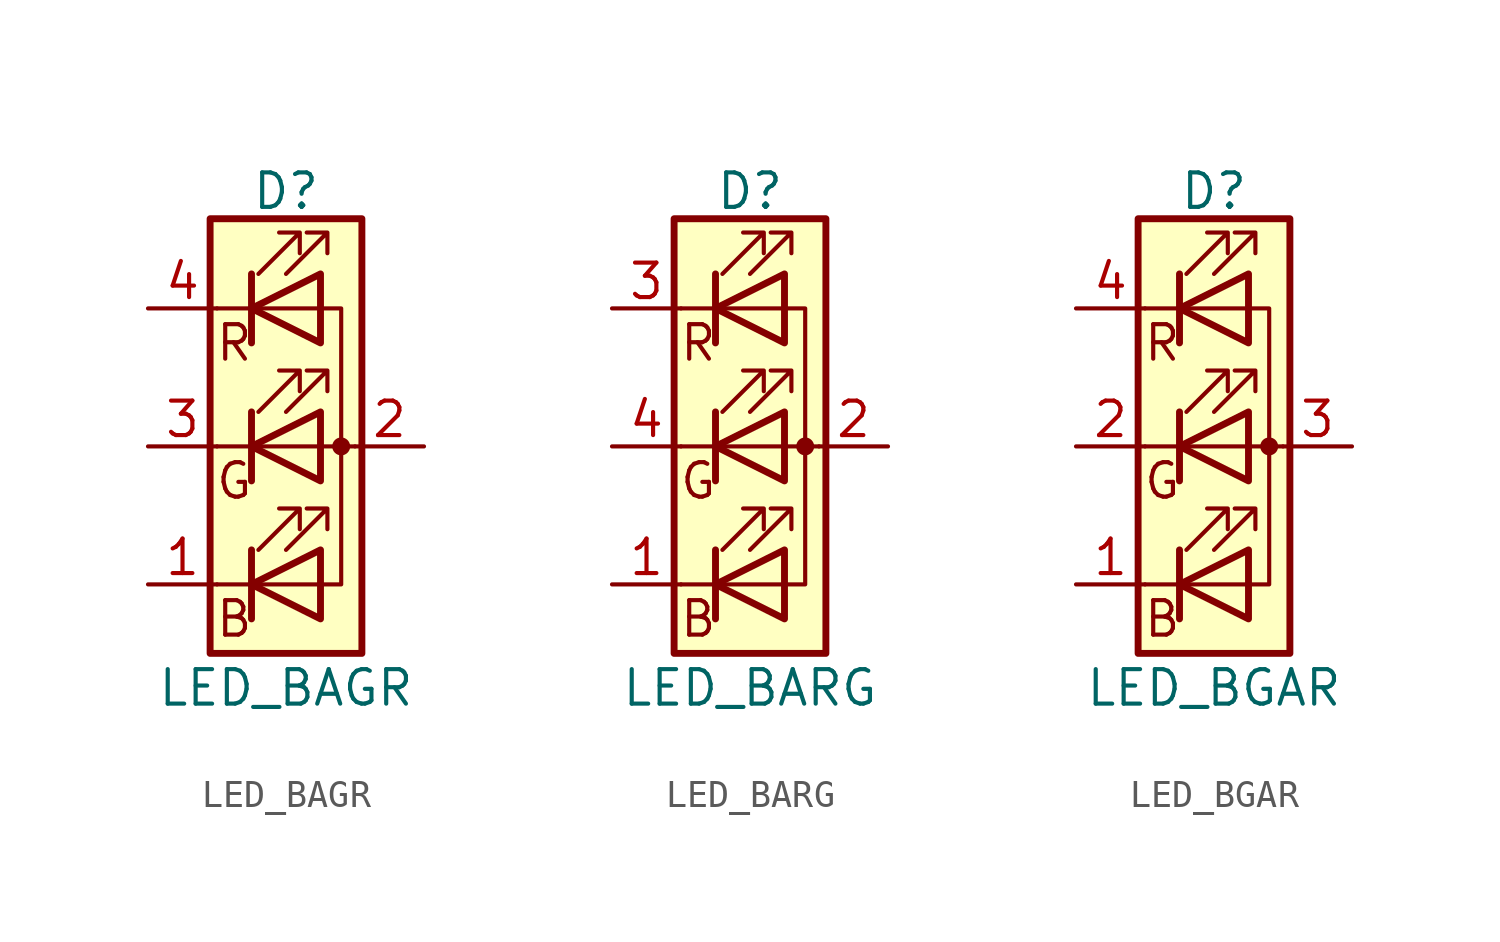
<source format=kicad_sym>
(kicad_symbol_lib
  (version 20241209)
  (generator "kicad_symbol_editor")
  (generator_version "9.0")
  (symbol "LED_BAGR"
    (pin_names
      (offset 0)
      (hide yes))
    (property "Reference" "D"
      (at 0 9.398 0)
      (effects (font (size 1.27 1.27))))
    (property "Value" "LED_BAGR"
      (at 0 -8.89 0)
      (effects (font (size 1.27 1.27))))
    (symbol "LED_BAGR_0_0"
      (text "R" (at -1.905 3.81 0) (effects (font (size 1.27 1.27))))
      (text "G" (at -1.905 -1.27 0) (effects (font (size 1.27 1.27))))
      (text "B" (at -1.905 -6.35 0) (effects (font (size 1.27 1.27)))))
    (symbol "LED_BAGR_0_1"
      (polyline (pts (xy -1.27 6.35) (xy -1.27 3.81)) (stroke (width 0.254) (type default)) (fill (type none)))
      (polyline (pts (xy -1.27 6.35) (xy -1.27 3.81) (xy -1.27 3.81)) (stroke (width 0) (type default)) (fill (type none)))
      (polyline (pts (xy -1.27 5.08) (xy -2.54 5.08)) (stroke (width 0) (type default)) (fill (type none)))
      (polyline (pts (xy -1.27 5.08) (xy 1.27 5.08)) (stroke (width 0) (type default)) (fill (type none)))
      (polyline (pts (xy -1.27 1.27) (xy -1.27 -1.27)) (stroke (width 0.254) (type default)) (fill (type none)))
      (polyline (pts (xy -1.27 1.27) (xy -1.27 -1.27) (xy -1.27 -1.27)) (stroke (width 0) (type default)) (fill (type none)))
      (polyline (pts (xy -1.27 0) (xy -2.54 0)) (stroke (width 0) (type default)) (fill (type none)))
      (polyline (pts (xy -1.27 -3.81) (xy -1.27 -6.35)) (stroke (width 0.254) (type default)) (fill (type none)))
      (polyline (pts (xy -1.27 -5.08) (xy -2.54 -5.08)) (stroke (width 0) (type default)) (fill (type none)))
      (polyline (pts (xy -1.27 -5.08) (xy 1.27 -5.08)) (stroke (width 0) (type default)) (fill (type none)))
      (polyline (pts (xy -1.016 6.35) (xy 0.508 7.874) (xy -0.254 7.874) (xy 0.508 7.874) (xy 0.508 7.112)) (stroke (width 0) (type default)) (fill (type none)))
      (polyline (pts (xy -1.016 1.27) (xy 0.508 2.794) (xy -0.254 2.794) (xy 0.508 2.794) (xy 0.508 2.032)) (stroke (width 0) (type default)) (fill (type none)))
      (polyline (pts (xy -1.016 -3.81) (xy 0.508 -2.286) (xy -0.254 -2.286) (xy 0.508 -2.286) (xy 0.508 -3.048)) (stroke (width 0) (type default)) (fill (type none)))
      (polyline (pts (xy 0 6.35) (xy 1.524 7.874) (xy 0.762 7.874) (xy 1.524 7.874) (xy 1.524 7.112)) (stroke (width 0) (type default)) (fill (type none)))
      (polyline (pts (xy 0 1.27) (xy 1.524 2.794) (xy 0.762 2.794) (xy 1.524 2.794) (xy 1.524 2.032)) (stroke (width 0) (type default)) (fill (type none)))
      (polyline (pts (xy 0 -3.81) (xy 1.524 -2.286) (xy 0.762 -2.286) (xy 1.524 -2.286) (xy 1.524 -3.048)) (stroke (width 0) (type default)) (fill (type none)))
      (polyline (pts (xy 1.27 6.35) (xy 1.27 3.81) (xy -1.27 5.08) (xy 1.27 6.35)) (stroke (width 0.254) (type default)) (fill (type none)))
      (rectangle (start 1.27 6.35) (end 1.27 6.35) (stroke (width 0) (type default)) (fill (type none)))
      (rectangle (start 1.27 3.81) (end 1.27 6.35) (stroke (width 0) (type default)) (fill (type none)))
      (polyline (pts (xy 1.27 1.27) (xy 1.27 -1.27) (xy -1.27 0) (xy 1.27 1.27)) (stroke (width 0.254) (type default)) (fill (type none)))
      (rectangle (start 1.27 1.27) (end 1.27 1.27) (stroke (width 0) (type default)) (fill (type none)))
      (polyline (pts (xy 1.27 0) (xy -1.27 0)) (stroke (width 0) (type default)) (fill (type none)))
      (polyline (pts (xy 1.27 0) (xy 2.54 0)) (stroke (width 0) (type default)) (fill (type none)))
      (rectangle (start 1.27 -1.27) (end 1.27 1.27) (stroke (width 0) (type default)) (fill (type none)))
      (polyline (pts (xy 1.27 -3.81) (xy 1.27 -6.35) (xy -1.27 -5.08) (xy 1.27 -3.81)) (stroke (width 0.254) (type default)) (fill (type none)))
      (polyline (pts (xy 1.27 -5.08) (xy 2.032 -5.08) (xy 2.032 5.08) (xy 1.27 5.08)) (stroke (width 0) (type default)) (fill (type none)))
      (circle (center 2.032 0) (radius 0.254) (stroke (width 0) (type default)) (fill (type outline)))
      (rectangle (start 2.794 8.382) (end -2.794 -7.62) (stroke (width 0.254) (type default)) (fill (type background))))
    (symbol "LED_BAGR_1_1"
      (pin passive line (at -5.08 5.08 0) (length 2.54) (name "RK" (effects (font (size 1.27 1.27)))) (number "4" (effects (font (size 1.27 1.27)))))
      (pin passive line (at -5.08 0 0) (length 2.54) (name "GK" (effects (font (size 1.27 1.27)))) (number "3" (effects (font (size 1.27 1.27)))))
      (pin passive line (at -5.08 -5.08 0) (length 2.54) (name "BK" (effects (font (size 1.27 1.27)))) (number "1" (effects (font (size 1.27 1.27)))))
      (pin passive line (at 5.08 0 180) (length 2.54) (name "A" (effects (font (size 1.27 1.27)))) (number "2" (effects (font (size 1.27 1.27)))))))
  (symbol "LED_BARG"
    (pin_names
      (offset 0)
      (hide yes))
    (property "Reference" "D"
      (at 0 9.398 0)
      (effects (font (size 1.27 1.27))))
    (property "Value" "LED_BARG"
      (at 0 -8.89 0)
      (effects (font (size 1.27 1.27))))
    (symbol "LED_BARG_0_0"
      (text "R" (at -1.905 3.81 0) (effects (font (size 1.27 1.27))))
      (text "G" (at -1.905 -1.27 0) (effects (font (size 1.27 1.27))))
      (text "B" (at -1.905 -6.35 0) (effects (font (size 1.27 1.27)))))
    (symbol "LED_BARG_0_1"
      (polyline (pts (xy -1.27 6.35) (xy -1.27 3.81)) (stroke (width 0.254) (type default)) (fill (type none)))
      (polyline (pts (xy -1.27 6.35) (xy -1.27 3.81) (xy -1.27 3.81)) (stroke (width 0) (type default)) (fill (type none)))
      (polyline (pts (xy -1.27 5.08) (xy -2.54 5.08)) (stroke (width 0) (type default)) (fill (type none)))
      (polyline (pts (xy -1.27 5.08) (xy 1.27 5.08)) (stroke (width 0) (type default)) (fill (type none)))
      (polyline (pts (xy -1.27 1.27) (xy -1.27 -1.27)) (stroke (width 0.254) (type default)) (fill (type none)))
      (polyline (pts (xy -1.27 1.27) (xy -1.27 -1.27) (xy -1.27 -1.27)) (stroke (width 0) (type default)) (fill (type none)))
      (polyline (pts (xy -1.27 0) (xy -2.54 0)) (stroke (width 0) (type default)) (fill (type none)))
      (polyline (pts (xy -1.27 -3.81) (xy -1.27 -6.35)) (stroke (width 0.254) (type default)) (fill (type none)))
      (polyline (pts (xy -1.27 -5.08) (xy -2.54 -5.08)) (stroke (width 0) (type default)) (fill (type none)))
      (polyline (pts (xy -1.27 -5.08) (xy 1.27 -5.08)) (stroke (width 0) (type default)) (fill (type none)))
      (polyline (pts (xy -1.016 6.35) (xy 0.508 7.874) (xy -0.254 7.874) (xy 0.508 7.874) (xy 0.508 7.112)) (stroke (width 0) (type default)) (fill (type none)))
      (polyline (pts (xy -1.016 1.27) (xy 0.508 2.794) (xy -0.254 2.794) (xy 0.508 2.794) (xy 0.508 2.032)) (stroke (width 0) (type default)) (fill (type none)))
      (polyline (pts (xy -1.016 -3.81) (xy 0.508 -2.286) (xy -0.254 -2.286) (xy 0.508 -2.286) (xy 0.508 -3.048)) (stroke (width 0) (type default)) (fill (type none)))
      (polyline (pts (xy 0 6.35) (xy 1.524 7.874) (xy 0.762 7.874) (xy 1.524 7.874) (xy 1.524 7.112)) (stroke (width 0) (type default)) (fill (type none)))
      (polyline (pts (xy 0 1.27) (xy 1.524 2.794) (xy 0.762 2.794) (xy 1.524 2.794) (xy 1.524 2.032)) (stroke (width 0) (type default)) (fill (type none)))
      (polyline (pts (xy 0 -3.81) (xy 1.524 -2.286) (xy 0.762 -2.286) (xy 1.524 -2.286) (xy 1.524 -3.048)) (stroke (width 0) (type default)) (fill (type none)))
      (polyline (pts (xy 1.27 6.35) (xy 1.27 3.81) (xy -1.27 5.08) (xy 1.27 6.35)) (stroke (width 0.254) (type default)) (fill (type none)))
      (rectangle (start 1.27 6.35) (end 1.27 6.35) (stroke (width 0) (type default)) (fill (type none)))
      (rectangle (start 1.27 3.81) (end 1.27 6.35) (stroke (width 0) (type default)) (fill (type none)))
      (polyline (pts (xy 1.27 1.27) (xy 1.27 -1.27) (xy -1.27 0) (xy 1.27 1.27)) (stroke (width 0.254) (type default)) (fill (type none)))
      (rectangle (start 1.27 1.27) (end 1.27 1.27) (stroke (width 0) (type default)) (fill (type none)))
      (polyline (pts (xy 1.27 0) (xy -1.27 0)) (stroke (width 0) (type default)) (fill (type none)))
      (polyline (pts (xy 1.27 0) (xy 2.54 0)) (stroke (width 0) (type default)) (fill (type none)))
      (rectangle (start 1.27 -1.27) (end 1.27 1.27) (stroke (width 0) (type default)) (fill (type none)))
      (polyline (pts (xy 1.27 -3.81) (xy 1.27 -6.35) (xy -1.27 -5.08) (xy 1.27 -3.81)) (stroke (width 0.254) (type default)) (fill (type none)))
      (polyline (pts (xy 1.27 -5.08) (xy 2.032 -5.08) (xy 2.032 5.08) (xy 1.27 5.08)) (stroke (width 0) (type default)) (fill (type none)))
      (circle (center 2.032 0) (radius 0.254) (stroke (width 0) (type default)) (fill (type outline)))
      (rectangle (start 2.794 8.382) (end -2.794 -7.62) (stroke (width 0.254) (type default)) (fill (type background))))
    (symbol "LED_BARG_1_1"
      (pin passive line (at -5.08 5.08 0) (length 2.54) (name "RK" (effects (font (size 1.27 1.27)))) (number "3" (effects (font (size 1.27 1.27)))))
      (pin passive line (at -5.08 0 0) (length 2.54) (name "GK" (effects (font (size 1.27 1.27)))) (number "4" (effects (font (size 1.27 1.27)))))
      (pin passive line (at -5.08 -5.08 0) (length 2.54) (name "BK" (effects (font (size 1.27 1.27)))) (number "1" (effects (font (size 1.27 1.27)))))
      (pin passive line (at 5.08 0 180) (length 2.54) (name "A" (effects (font (size 1.27 1.27)))) (number "2" (effects (font (size 1.27 1.27)))))))
  (symbol "LED_BGAR"
    (pin_names
      (offset 0)
      (hide yes))
    (property "Reference" "D"
      (at 0 9.398 0)
      (effects (font (size 1.27 1.27))))
    (property "Value" "LED_BGAR"
      (at 0 -8.89 0)
      (effects (font (size 1.27 1.27))))
    (symbol "LED_BGAR_0_0"
      (text "R" (at -1.905 3.81 0) (effects (font (size 1.27 1.27))))
      (text "G" (at -1.905 -1.27 0) (effects (font (size 1.27 1.27))))
      (text "B" (at -1.905 -6.35 0) (effects (font (size 1.27 1.27)))))
    (symbol "LED_BGAR_0_1"
      (polyline (pts (xy -1.27 6.35) (xy -1.27 3.81)) (stroke (width 0.254) (type default)) (fill (type none)))
      (polyline (pts (xy -1.27 6.35) (xy -1.27 3.81) (xy -1.27 3.81)) (stroke (width 0) (type default)) (fill (type none)))
      (polyline (pts (xy -1.27 5.08) (xy -2.54 5.08)) (stroke (width 0) (type default)) (fill (type none)))
      (polyline (pts (xy -1.27 5.08) (xy 1.27 5.08)) (stroke (width 0) (type default)) (fill (type none)))
      (polyline (pts (xy -1.27 1.27) (xy -1.27 -1.27)) (stroke (width 0.254) (type default)) (fill (type none)))
      (polyline (pts (xy -1.27 1.27) (xy -1.27 -1.27) (xy -1.27 -1.27)) (stroke (width 0) (type default)) (fill (type none)))
      (polyline (pts (xy -1.27 0) (xy -2.54 0)) (stroke (width 0) (type default)) (fill (type none)))
      (polyline (pts (xy -1.27 -3.81) (xy -1.27 -6.35)) (stroke (width 0.254) (type default)) (fill (type none)))
      (polyline (pts (xy -1.27 -5.08) (xy -2.54 -5.08)) (stroke (width 0) (type default)) (fill (type none)))
      (polyline (pts (xy -1.27 -5.08) (xy 1.27 -5.08)) (stroke (width 0) (type default)) (fill (type none)))
      (polyline (pts (xy -1.016 6.35) (xy 0.508 7.874) (xy -0.254 7.874) (xy 0.508 7.874) (xy 0.508 7.112)) (stroke (width 0) (type default)) (fill (type none)))
      (polyline (pts (xy -1.016 1.27) (xy 0.508 2.794) (xy -0.254 2.794) (xy 0.508 2.794) (xy 0.508 2.032)) (stroke (width 0) (type default)) (fill (type none)))
      (polyline (pts (xy -1.016 -3.81) (xy 0.508 -2.286) (xy -0.254 -2.286) (xy 0.508 -2.286) (xy 0.508 -3.048)) (stroke (width 0) (type default)) (fill (type none)))
      (polyline (pts (xy 0 6.35) (xy 1.524 7.874) (xy 0.762 7.874) (xy 1.524 7.874) (xy 1.524 7.112)) (stroke (width 0) (type default)) (fill (type none)))
      (polyline (pts (xy 0 1.27) (xy 1.524 2.794) (xy 0.762 2.794) (xy 1.524 2.794) (xy 1.524 2.032)) (stroke (width 0) (type default)) (fill (type none)))
      (polyline (pts (xy 0 -3.81) (xy 1.524 -2.286) (xy 0.762 -2.286) (xy 1.524 -2.286) (xy 1.524 -3.048)) (stroke (width 0) (type default)) (fill (type none)))
      (polyline (pts (xy 1.27 6.35) (xy 1.27 3.81) (xy -1.27 5.08) (xy 1.27 6.35)) (stroke (width 0.254) (type default)) (fill (type none)))
      (rectangle (start 1.27 6.35) (end 1.27 6.35) (stroke (width 0) (type default)) (fill (type none)))
      (rectangle (start 1.27 3.81) (end 1.27 6.35) (stroke (width 0) (type default)) (fill (type none)))
      (polyline (pts (xy 1.27 1.27) (xy 1.27 -1.27) (xy -1.27 0) (xy 1.27 1.27)) (stroke (width 0.254) (type default)) (fill (type none)))
      (rectangle (start 1.27 1.27) (end 1.27 1.27) (stroke (width 0) (type default)) (fill (type none)))
      (polyline (pts (xy 1.27 0) (xy -1.27 0)) (stroke (width 0) (type default)) (fill (type none)))
      (polyline (pts (xy 1.27 0) (xy 2.54 0)) (stroke (width 0) (type default)) (fill (type none)))
      (rectangle (start 1.27 -1.27) (end 1.27 1.27) (stroke (width 0) (type default)) (fill (type none)))
      (polyline (pts (xy 1.27 -3.81) (xy 1.27 -6.35) (xy -1.27 -5.08) (xy 1.27 -3.81)) (stroke (width 0.254) (type default)) (fill (type none)))
      (polyline (pts (xy 1.27 -5.08) (xy 2.032 -5.08) (xy 2.032 5.08) (xy 1.27 5.08)) (stroke (width 0) (type default)) (fill (type none)))
      (circle (center 2.032 0) (radius 0.254) (stroke (width 0) (type default)) (fill (type outline)))
      (rectangle (start 2.794 8.382) (end -2.794 -7.62) (stroke (width 0.254) (type default)) (fill (type background))))
    (symbol "LED_BGAR_1_1"
      (pin passive line (at -5.08 5.08 0) (length 2.54) (name "RK" (effects (font (size 1.27 1.27)))) (number "4" (effects (font (size 1.27 1.27)))))
      (pin passive line (at -5.08 0 0) (length 2.54) (name "GK" (effects (font (size 1.27 1.27)))) (number "2" (effects (font (size 1.27 1.27)))))
      (pin passive line (at -5.08 -5.08 0) (length 2.54) (name "BK" (effects (font (size 1.27 1.27)))) (number "1" (effects (font (size 1.27 1.27)))))
      (pin passive line (at 5.08 0 180) (length 2.54) (name "A" (effects (font (size 1.27 1.27)))) (number "3" (effects (font (size 1.27 1.27))))))))
</source>
